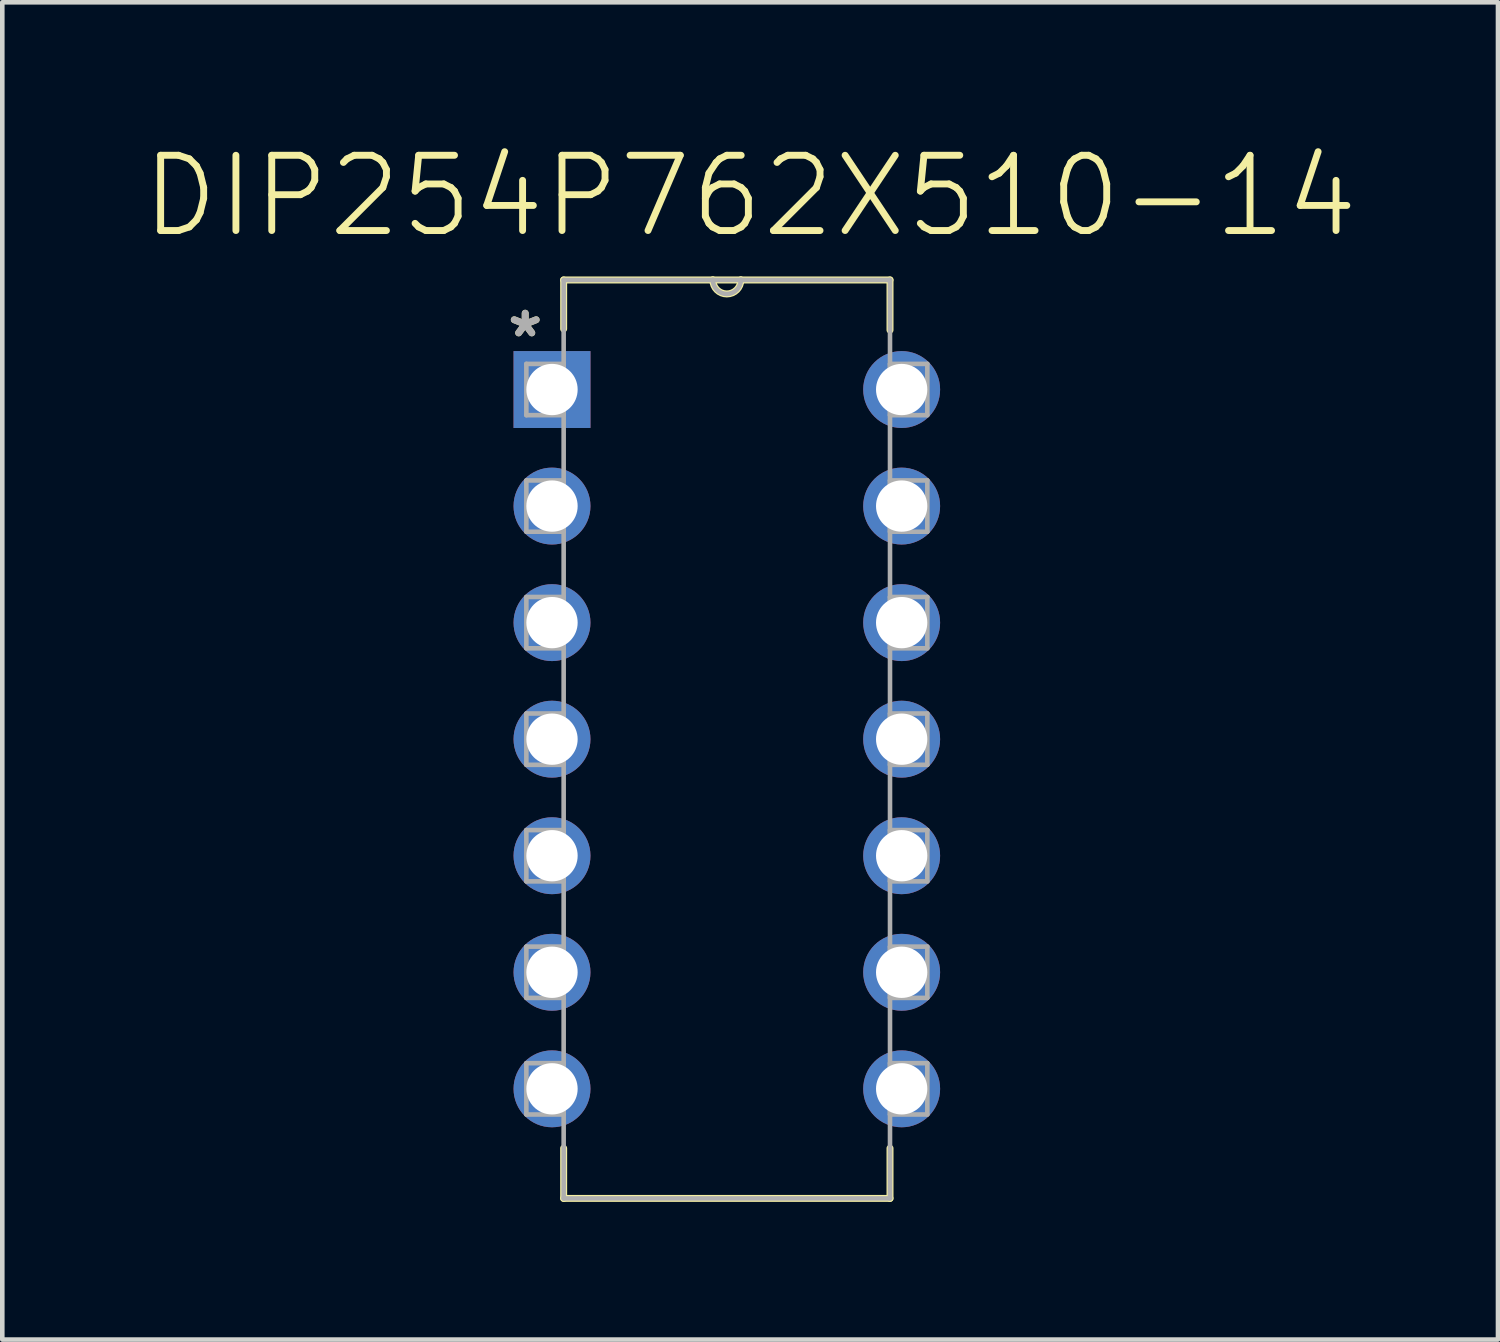
<source format=kicad_pcb>
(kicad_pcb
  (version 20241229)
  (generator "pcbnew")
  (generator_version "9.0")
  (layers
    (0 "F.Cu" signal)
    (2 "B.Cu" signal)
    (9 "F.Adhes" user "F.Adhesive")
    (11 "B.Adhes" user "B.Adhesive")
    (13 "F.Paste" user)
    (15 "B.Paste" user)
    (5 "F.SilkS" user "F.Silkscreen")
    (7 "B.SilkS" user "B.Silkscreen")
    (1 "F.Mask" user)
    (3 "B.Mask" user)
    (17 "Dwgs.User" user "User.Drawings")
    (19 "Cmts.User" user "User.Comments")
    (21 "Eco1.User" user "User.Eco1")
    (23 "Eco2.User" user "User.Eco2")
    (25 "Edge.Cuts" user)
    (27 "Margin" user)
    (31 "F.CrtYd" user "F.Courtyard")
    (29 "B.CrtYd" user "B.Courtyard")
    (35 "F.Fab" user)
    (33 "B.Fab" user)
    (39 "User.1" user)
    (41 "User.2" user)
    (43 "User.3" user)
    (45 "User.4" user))
  (footprint "DIP254P762X510-14"
    (layer "F.Cu")
    (at 16.6 20.679)
    (property "Reference" "DIP254P762X510-14" (at -3.302 -19.456 0) (layer "F.SilkS") (effects (font (size 1.64 1.64) (thickness 0.15))))
    (attr through_hole)
    (fp_line (start -7.366 -17.628) (end -7.366 -16.561) (stroke (width 0.152) (type solid)) (layer "F.SilkS"))
    (fp_line (start -7.366 1.295) (end -7.366 2.388) (stroke (width 0.152) (type solid)) (layer "F.SilkS"))
    (fp_line (start -7.366 2.388) (end -0.254 2.388) (stroke (width 0.152) (type solid)) (layer "F.SilkS"))
    (fp_line (start -4.115 -17.628) (end -7.366 -17.628) (stroke (width 0.152) (type solid)) (layer "F.SilkS"))
    (fp_line (start -3.505 -17.628) (end -4.115 -17.628) (stroke (width 0.152) (type solid)) (layer "F.SilkS"))
    (fp_line (start -0.254 -17.628) (end -3.505 -17.628) (stroke (width 0.152) (type solid)) (layer "F.SilkS"))
    (fp_line (start -0.254 -16.535) (end -0.254 -17.628) (stroke (width 0.152) (type solid)) (layer "F.SilkS"))
    (fp_line (start -0.254 2.388) (end -0.254 1.295) (stroke (width 0.152) (type solid)) (layer "F.SilkS"))
    (fp_arc (start -3.5052 -17.6276) (mid -3.81 -17.3228) (end -4.1148 -17.6276) (stroke (width 0.1524) (type solid)) (layer "F.SilkS"))
    (fp_line (start -8.179 -15.799) (end -8.179 -14.681) (stroke (width 0.1) (type solid)) (layer "F.Fab"))
    (fp_line (start -8.179 -14.681) (end -7.366 -14.681) (stroke (width 0.1) (type solid)) (layer "F.Fab"))
    (fp_line (start -8.179 -13.259) (end -8.179 -12.141) (stroke (width 0.1) (type solid)) (layer "F.Fab"))
    (fp_line (start -8.179 -12.141) (end -7.366 -12.141) (stroke (width 0.1) (type solid)) (layer "F.Fab"))
    (fp_line (start -8.179 -10.719) (end -8.179 -9.601) (stroke (width 0.1) (type solid)) (layer "F.Fab"))
    (fp_line (start -8.179 -9.601) (end -7.366 -9.601) (stroke (width 0.1) (type solid)) (layer "F.Fab"))
    (fp_line (start -8.179 -8.179) (end -8.179 -7.061) (stroke (width 0.1) (type solid)) (layer "F.Fab"))
    (fp_line (start -8.179 -7.061) (end -7.366 -7.061) (stroke (width 0.1) (type solid)) (layer "F.Fab"))
    (fp_line (start -8.179 -5.639) (end -8.179 -4.521) (stroke (width 0.1) (type solid)) (layer "F.Fab"))
    (fp_line (start -8.179 -4.521) (end -7.366 -4.521) (stroke (width 0.1) (type solid)) (layer "F.Fab"))
    (fp_line (start -8.179 -3.099) (end -8.179 -1.981) (stroke (width 0.1) (type solid)) (layer "F.Fab"))
    (fp_line (start -8.179 -1.981) (end -7.366 -1.981) (stroke (width 0.1) (type solid)) (layer "F.Fab"))
    (fp_line (start -8.179 -0.559) (end -8.179 0.559) (stroke (width 0.1) (type solid)) (layer "F.Fab"))
    (fp_line (start -8.179 0.559) (end -7.366 0.559) (stroke (width 0.1) (type solid)) (layer "F.Fab"))
    (fp_line (start -7.366 -17.628) (end -7.366 2.388) (stroke (width 0.1) (type solid)) (layer "F.Fab"))
    (fp_line (start -7.366 -15.799) (end -8.179 -15.799) (stroke (width 0.1) (type solid)) (layer "F.Fab"))
    (fp_line (start -7.366 -14.681) (end -7.366 -15.799) (stroke (width 0.1) (type solid)) (layer "F.Fab"))
    (fp_line (start -7.366 -13.259) (end -8.179 -13.259) (stroke (width 0.1) (type solid)) (layer "F.Fab"))
    (fp_line (start -7.366 -12.141) (end -7.366 -13.259) (stroke (width 0.1) (type solid)) (layer "F.Fab"))
    (fp_line (start -7.366 -10.719) (end -8.179 -10.719) (stroke (width 0.1) (type solid)) (layer "F.Fab"))
    (fp_line (start -7.366 -9.601) (end -7.366 -10.719) (stroke (width 0.1) (type solid)) (layer "F.Fab"))
    (fp_line (start -7.366 -8.179) (end -8.179 -8.179) (stroke (width 0.1) (type solid)) (layer "F.Fab"))
    (fp_line (start -7.366 -7.061) (end -7.366 -8.179) (stroke (width 0.1) (type solid)) (layer "F.Fab"))
    (fp_line (start -7.366 -5.639) (end -8.179 -5.639) (stroke (width 0.1) (type solid)) (layer "F.Fab"))
    (fp_line (start -7.366 -4.521) (end -7.366 -5.639) (stroke (width 0.1) (type solid)) (layer "F.Fab"))
    (fp_line (start -7.366 -3.099) (end -8.179 -3.099) (stroke (width 0.1) (type solid)) (layer "F.Fab"))
    (fp_line (start -7.366 -1.981) (end -7.366 -3.099) (stroke (width 0.1) (type solid)) (layer "F.Fab"))
    (fp_line (start -7.366 -0.559) (end -8.179 -0.559) (stroke (width 0.1) (type solid)) (layer "F.Fab"))
    (fp_line (start -7.366 0.559) (end -7.366 -0.559) (stroke (width 0.1) (type solid)) (layer "F.Fab"))
    (fp_line (start -7.366 2.388) (end -0.254 2.388) (stroke (width 0.1) (type solid)) (layer "F.Fab"))
    (fp_line (start -4.115 -17.628) (end -7.366 -17.628) (stroke (width 0.1) (type solid)) (layer "F.Fab"))
    (fp_line (start -3.505 -17.628) (end -4.115 -17.628) (stroke (width 0.1) (type solid)) (layer "F.Fab"))
    (fp_line (start -0.254 -17.628) (end -3.505 -17.628) (stroke (width 0.1) (type solid)) (layer "F.Fab"))
    (fp_line (start -0.254 -15.799) (end -0.254 -14.681) (stroke (width 0.1) (type solid)) (layer "F.Fab"))
    (fp_line (start -0.254 -14.681) (end 0.559 -14.681) (stroke (width 0.1) (type solid)) (layer "F.Fab"))
    (fp_line (start -0.254 -13.259) (end -0.254 -12.141) (stroke (width 0.1) (type solid)) (layer "F.Fab"))
    (fp_line (start -0.254 -12.141) (end 0.559 -12.141) (stroke (width 0.1) (type solid)) (layer "F.Fab"))
    (fp_line (start -0.254 -10.719) (end -0.254 -9.601) (stroke (width 0.1) (type solid)) (layer "F.Fab"))
    (fp_line (start -0.254 -9.601) (end 0.559 -9.601) (stroke (width 0.1) (type solid)) (layer "F.Fab"))
    (fp_line (start -0.254 -8.179) (end -0.254 -7.061) (stroke (width 0.1) (type solid)) (layer "F.Fab"))
    (fp_line (start -0.254 -7.061) (end 0.559 -7.061) (stroke (width 0.1) (type solid)) (layer "F.Fab"))
    (fp_line (start -0.254 -5.639) (end -0.254 -4.521) (stroke (width 0.1) (type solid)) (layer "F.Fab"))
    (fp_line (start -0.254 -4.521) (end 0.559 -4.521) (stroke (width 0.1) (type solid)) (layer "F.Fab"))
    (fp_line (start -0.254 -3.099) (end -0.254 -1.981) (stroke (width 0.1) (type solid)) (layer "F.Fab"))
    (fp_line (start -0.254 -1.981) (end 0.559 -1.981) (stroke (width 0.1) (type solid)) (layer "F.Fab"))
    (fp_line (start -0.254 -0.559) (end -0.254 0.559) (stroke (width 0.1) (type solid)) (layer "F.Fab"))
    (fp_line (start -0.254 0.559) (end 0.559 0.559) (stroke (width 0.1) (type solid)) (layer "F.Fab"))
    (fp_line (start -0.254 2.388) (end -0.254 -17.628) (stroke (width 0.1) (type solid)) (layer "F.Fab"))
    (fp_line (start 0.559 -15.799) (end -0.254 -15.799) (stroke (width 0.1) (type solid)) (layer "F.Fab"))
    (fp_line (start 0.559 -14.681) (end 0.559 -15.799) (stroke (width 0.1) (type solid)) (layer "F.Fab"))
    (fp_line (start 0.559 -13.259) (end -0.254 -13.259) (stroke (width 0.1) (type solid)) (layer "F.Fab"))
    (fp_line (start 0.559 -12.141) (end 0.559 -13.259) (stroke (width 0.1) (type solid)) (layer "F.Fab"))
    (fp_line (start 0.559 -10.719) (end -0.254 -10.719) (stroke (width 0.1) (type solid)) (layer "F.Fab"))
    (fp_line (start 0.559 -9.601) (end 0.559 -10.719) (stroke (width 0.1) (type solid)) (layer "F.Fab"))
    (fp_line (start 0.559 -8.179) (end -0.254 -8.179) (stroke (width 0.1) (type solid)) (layer "F.Fab"))
    (fp_line (start 0.559 -7.061) (end 0.559 -8.179) (stroke (width 0.1) (type solid)) (layer "F.Fab"))
    (fp_line (start 0.559 -5.639) (end -0.254 -5.639) (stroke (width 0.1) (type solid)) (layer "F.Fab"))
    (fp_line (start 0.559 -4.521) (end 0.559 -5.639) (stroke (width 0.1) (type solid)) (layer "F.Fab"))
    (fp_line (start 0.559 -3.099) (end -0.254 -3.099) (stroke (width 0.1) (type solid)) (layer "F.Fab"))
    (fp_line (start 0.559 -1.981) (end 0.559 -3.099) (stroke (width 0.1) (type solid)) (layer "F.Fab"))
    (fp_line (start 0.559 -0.559) (end -0.254 -0.559) (stroke (width 0.1) (type solid)) (layer "F.Fab"))
    (fp_line (start 0.559 0.559) (end 0.559 -0.559) (stroke (width 0.1) (type solid)) (layer "F.Fab"))
    (fp_arc (start -3.5052 -17.6276) (mid -3.81 -17.3228) (end -4.1148 -17.6276) (stroke (width 0.1) (type solid)) (layer "F.Fab"))
    (fp_text user "*" (at -8.204 -16.358 0) (layer "F.SilkS") (effects (font (size 1 1) (thickness 0.15))))
    (fp_text user "*" (at -8.204 -16.358 0) (layer "F.Fab") (effects (font (size 1 1) (thickness 0.15))))
    (pad "1" thru_hole rect (at -7.62 -15.24) (size 1.676 1.676) (drill 1.118) (layers "*.Cu" "*.Mask"))
    (pad "2" thru_hole circle (at -7.62 -12.7) (size 1.676 1.676) (drill 1.118) (layers "*.Cu" "*.Mask"))
    (pad "3" thru_hole circle (at -7.62 -10.16) (size 1.676 1.676) (drill 1.118) (layers "*.Cu" "*.Mask"))
    (pad "4" thru_hole circle (at -7.62 -7.62) (size 1.676 1.676) (drill 1.118) (layers "*.Cu" "*.Mask"))
    (pad "5" thru_hole circle (at -7.62 -5.08) (size 1.676 1.676) (drill 1.118) (layers "*.Cu" "*.Mask"))
    (pad "6" thru_hole circle (at -7.62 -2.54) (size 1.676 1.676) (drill 1.118) (layers "*.Cu" "*.Mask"))
    (pad "7" thru_hole circle (at -7.62 0) (size 1.676 1.676) (drill 1.118) (layers "*.Cu" "*.Mask"))
    (pad "8" thru_hole circle (at 0 0) (size 1.676 1.676) (drill 1.118) (layers "*.Cu" "*.Mask"))
    (pad "9" thru_hole circle (at 0 -2.54) (size 1.676 1.676) (drill 1.118) (layers "*.Cu" "*.Mask"))
    (pad "10" thru_hole circle (at 0 -5.08) (size 1.676 1.676) (drill 1.118) (layers "*.Cu" "*.Mask"))
    (pad "11" thru_hole circle (at 0 -7.62) (size 1.676 1.676) (drill 1.118) (layers "*.Cu" "*.Mask"))
    (pad "12" thru_hole circle (at 0 -10.16) (size 1.676 1.676) (drill 1.118) (layers "*.Cu" "*.Mask"))
    (pad "13" thru_hole circle (at 0 -12.7) (size 1.676 1.676) (drill 1.118) (layers "*.Cu" "*.Mask"))
    (pad "14" thru_hole circle (at 0 -15.24) (size 1.676 1.676) (drill 1.118) (layers "*.Cu" "*.Mask")))
  (gr_rect
    (start -3 -3)
    (end 29.596 26.143)
    (stroke (width 0.1) (type default))
    (fill no)
    (layer "Edge.Cuts")))
</source>
